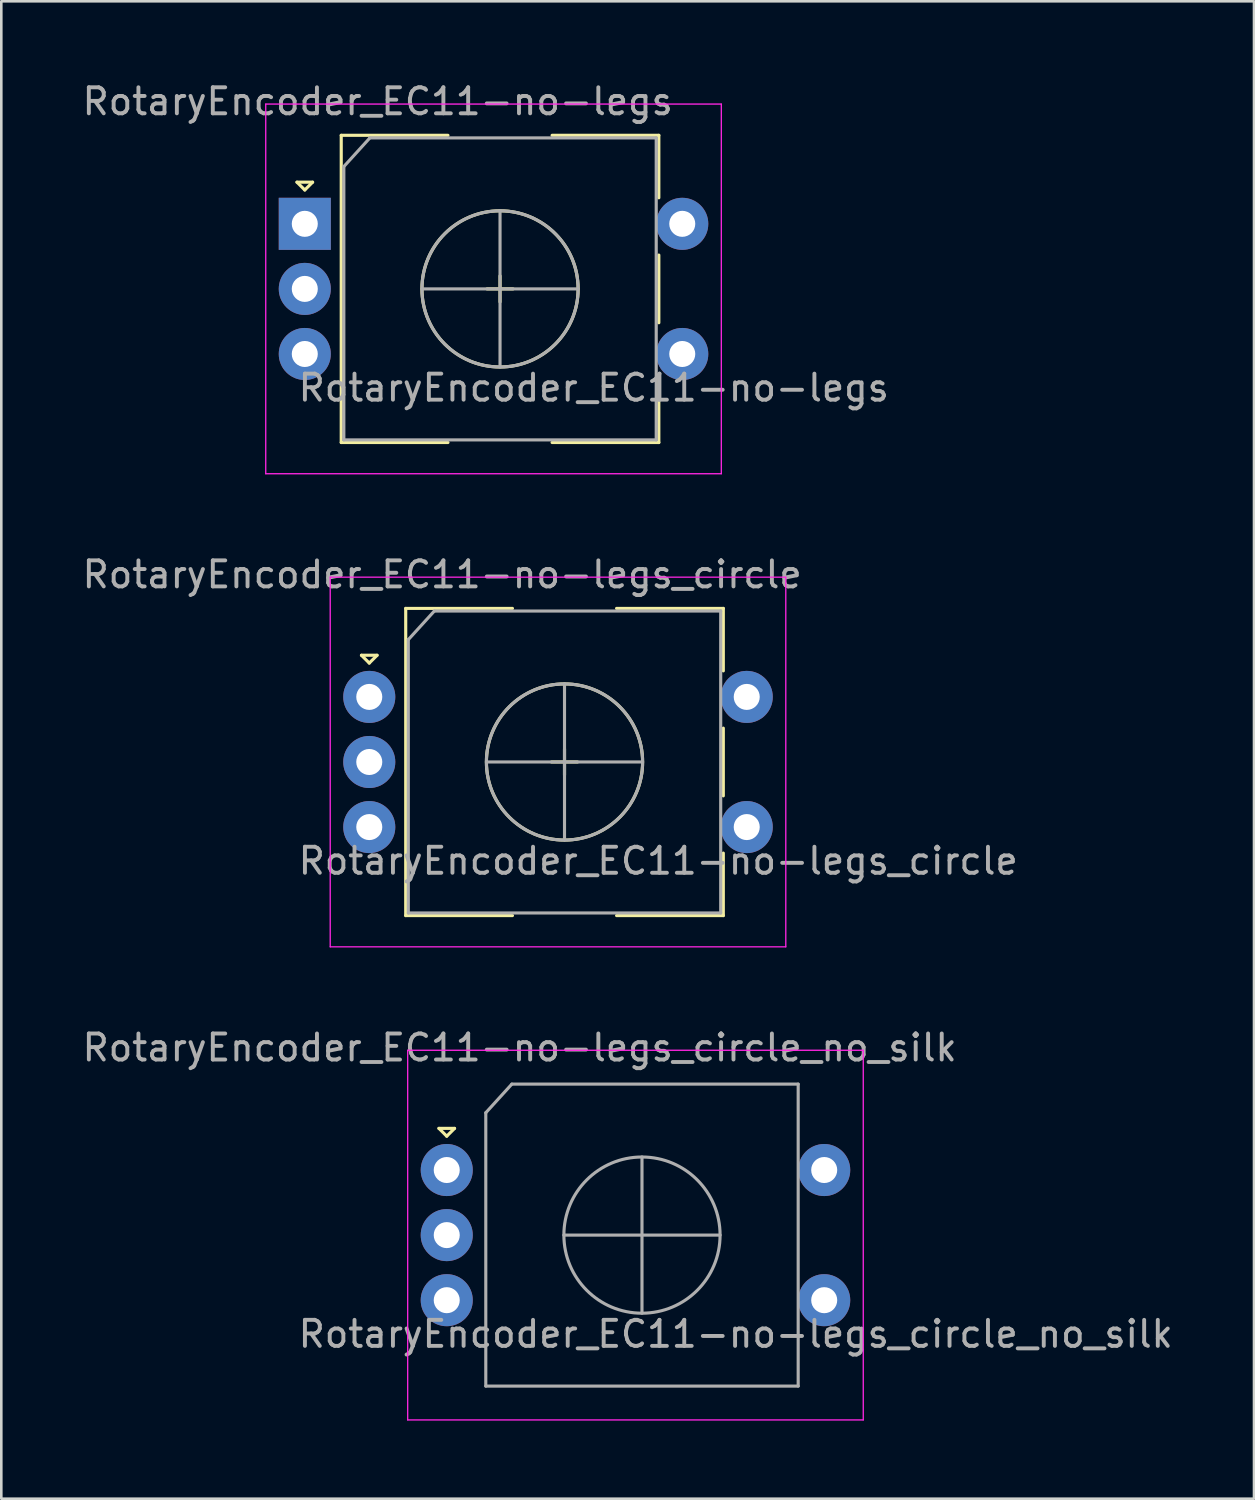
<source format=kicad_pcb>
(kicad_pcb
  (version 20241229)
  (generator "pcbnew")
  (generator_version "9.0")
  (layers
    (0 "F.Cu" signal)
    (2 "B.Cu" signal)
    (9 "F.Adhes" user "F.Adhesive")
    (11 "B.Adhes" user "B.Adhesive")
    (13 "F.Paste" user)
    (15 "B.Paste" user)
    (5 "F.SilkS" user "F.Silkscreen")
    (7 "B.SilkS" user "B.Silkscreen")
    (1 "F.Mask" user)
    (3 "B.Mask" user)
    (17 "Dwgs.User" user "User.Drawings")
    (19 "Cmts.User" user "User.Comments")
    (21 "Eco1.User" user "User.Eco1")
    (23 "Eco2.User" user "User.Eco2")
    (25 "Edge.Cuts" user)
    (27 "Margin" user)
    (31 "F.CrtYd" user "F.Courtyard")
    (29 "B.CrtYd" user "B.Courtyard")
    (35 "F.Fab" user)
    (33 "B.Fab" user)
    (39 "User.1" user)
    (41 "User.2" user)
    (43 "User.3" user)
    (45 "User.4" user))
  (footprint "RotaryEncoder_EC11-no-legs_circle"
    (layer "F.Cu")
    (at 18.635 26.221)
    (property "Reference" "RotaryEncoder_EC11-no-legs_circle" (at -4.7 -7.2 0) (layer "F.Fab") (effects (font (size 1 1) (thickness 0.15))))
    (attr through_hole)
    (fp_line (start -7.8 -4.1) (end -7.2 -4.1) (stroke (width 0.12) (type solid)) (layer "F.SilkS"))
    (fp_line (start -7.5 -3.8) (end -7.8 -4.1) (stroke (width 0.12) (type solid)) (layer "F.SilkS"))
    (fp_line (start -7.2 -4.1) (end -7.5 -3.8) (stroke (width 0.12) (type solid)) (layer "F.SilkS"))
    (fp_line (start -6.1 -5.9) (end -6.1 5.9) (stroke (width 0.12) (type solid)) (layer "F.SilkS"))
    (fp_line (start -2 -5.9) (end -6.1 -5.9) (stroke (width 0.12) (type solid)) (layer "F.SilkS"))
    (fp_line (start -2 5.9) (end -6.1 5.9) (stroke (width 0.12) (type solid)) (layer "F.SilkS"))
    (fp_line (start -0.5 0) (end 0.5 0) (stroke (width 0.12) (type solid)) (layer "F.SilkS"))
    (fp_line (start 0 -0.5) (end 0 0.5) (stroke (width 0.12) (type solid)) (layer "F.SilkS"))
    (fp_line (start 2 -5.9) (end 6.1 -5.9) (stroke (width 0.12) (type solid)) (layer "F.SilkS"))
    (fp_line (start 6.1 -5.9) (end 6.1 -3.5) (stroke (width 0.12) (type solid)) (layer "F.SilkS"))
    (fp_line (start 6.1 -1.3) (end 6.1 1.3) (stroke (width 0.12) (type solid)) (layer "F.SilkS"))
    (fp_line (start 6.1 3.5) (end 6.1 5.9) (stroke (width 0.12) (type solid)) (layer "F.SilkS"))
    (fp_line (start 6.1 5.9) (end 2 5.9) (stroke (width 0.12) (type solid)) (layer "F.SilkS"))
    (fp_circle (center 0 0) (end 3 0) (stroke (width 0.12) (type solid)) (fill no) (layer "F.SilkS"))
    (fp_line (start -9 -7.1) (end -9 7.1) (stroke (width 0.05) (type solid)) (layer "F.CrtYd"))
    (fp_line (start -9 -7.1) (end 8.5 -7.1) (stroke (width 0.05) (type solid)) (layer "F.CrtYd"))
    (fp_line (start 8.5 7.1) (end -9 7.1) (stroke (width 0.05) (type solid)) (layer "F.CrtYd"))
    (fp_line (start 8.5 7.1) (end 8.5 -7.1) (stroke (width 0.05) (type solid)) (layer "F.CrtYd"))
    (fp_line (start -6 -4.7) (end -5 -5.8) (stroke (width 0.12) (type solid)) (layer "F.Fab"))
    (fp_line (start -6 5.8) (end -6 -4.7) (stroke (width 0.12) (type solid)) (layer "F.Fab"))
    (fp_line (start -5 -5.8) (end 6 -5.8) (stroke (width 0.12) (type solid)) (layer "F.Fab"))
    (fp_line (start -3 0) (end 3 0) (stroke (width 0.12) (type solid)) (layer "F.Fab"))
    (fp_line (start 0 -3) (end 0 3) (stroke (width 0.12) (type solid)) (layer "F.Fab"))
    (fp_line (start 6 -5.8) (end 6 5.8) (stroke (width 0.12) (type solid)) (layer "F.Fab"))
    (fp_line (start 6 5.8) (end -6 5.8) (stroke (width 0.12) (type solid)) (layer "F.Fab"))
    (fp_circle (center 0 0) (end 3 0) (stroke (width 0.12) (type solid)) (fill no) (layer "F.Fab"))
    (fp_text user "${REFERENCE}" (at 3.6 3.8 0) (layer "F.Fab") (effects (font (size 1 1) (thickness 0.15))))
    (pad "A" thru_hole circle (at -7.5 -2.5) (size 2 2) (drill 1) (layers "*.Cu" "*.Mask"))
    (pad "B" thru_hole circle (at -7.5 2.5) (size 2 2) (drill 1) (layers "*.Cu" "*.Mask"))
    (pad "C" thru_hole circle (at -7.5 0) (size 2 2) (drill 1) (layers "*.Cu" "*.Mask"))
    (pad "S1" thru_hole circle (at 7 2.5) (size 2 2) (drill 1) (layers "*.Cu" "*.Mask"))
    (pad "S2" thru_hole circle (at 7 -2.5) (size 2 2) (drill 1) (layers "*.Cu" "*.Mask")))
  (footprint "RotaryEncoder_EC11-no-legs_circle_no_silk"
    (layer "F.Cu")
    (at 21.611 44.395)
    (property "Reference" "RotaryEncoder_EC11-no-legs_circle_no_silk" (at -4.7 -7.2 0) (layer "F.Fab") (effects (font (size 1 1) (thickness 0.15))))
    (attr through_hole)
    (fp_line (start -7.8 -4.1) (end -7.2 -4.1) (stroke (width 0.12) (type solid)) (layer "F.SilkS"))
    (fp_line (start -7.5 -3.8) (end -7.8 -4.1) (stroke (width 0.12) (type solid)) (layer "F.SilkS"))
    (fp_line (start -7.2 -4.1) (end -7.5 -3.8) (stroke (width 0.12) (type solid)) (layer "F.SilkS"))
    (fp_line (start -9 -7.1) (end -9 7.1) (stroke (width 0.05) (type solid)) (layer "F.CrtYd"))
    (fp_line (start -9 -7.1) (end 8.5 -7.1) (stroke (width 0.05) (type solid)) (layer "F.CrtYd"))
    (fp_line (start 8.5 7.1) (end -9 7.1) (stroke (width 0.05) (type solid)) (layer "F.CrtYd"))
    (fp_line (start 8.5 7.1) (end 8.5 -7.1) (stroke (width 0.05) (type solid)) (layer "F.CrtYd"))
    (fp_line (start -6 -4.7) (end -5 -5.8) (stroke (width 0.12) (type solid)) (layer "F.Fab"))
    (fp_line (start -6 5.8) (end -6 -4.7) (stroke (width 0.12) (type solid)) (layer "F.Fab"))
    (fp_line (start -5 -5.8) (end 6 -5.8) (stroke (width 0.12) (type solid)) (layer "F.Fab"))
    (fp_line (start -3 0) (end 3 0) (stroke (width 0.12) (type solid)) (layer "F.Fab"))
    (fp_line (start 0 -3) (end 0 3) (stroke (width 0.12) (type solid)) (layer "F.Fab"))
    (fp_line (start 6 -5.8) (end 6 5.8) (stroke (width 0.12) (type solid)) (layer "F.Fab"))
    (fp_line (start 6 5.8) (end -6 5.8) (stroke (width 0.12) (type solid)) (layer "F.Fab"))
    (fp_circle (center 0 0) (end 3 0) (stroke (width 0.12) (type solid)) (fill no) (layer "F.Fab"))
    (fp_text user "${REFERENCE}" (at 3.6 3.8 0) (layer "F.Fab") (effects (font (size 1 1) (thickness 0.15))))
    (pad "A" thru_hole circle (at -7.5 -2.5) (size 2 2) (drill 1) (layers "*.Cu" "*.Mask"))
    (pad "B" thru_hole circle (at -7.5 2.5) (size 2 2) (drill 1) (layers "*.Cu" "*.Mask"))
    (pad "C" thru_hole circle (at -7.5 0) (size 2 2) (drill 1) (layers "*.Cu" "*.Mask"))
    (pad "S1" thru_hole circle (at 7 2.5) (size 2 2) (drill 1) (layers "*.Cu" "*.Mask"))
    (pad "S2" thru_hole circle (at 7 -2.5) (size 2 2) (drill 1) (layers "*.Cu" "*.Mask")))
  (footprint "RotaryEncoder_EC11-no-legs"
    (layer "F.Cu")
    (at 16.158 8.048)
    (property "Reference" "RotaryEncoder_EC11-no-legs" (at -4.7 -7.2 0) (layer "F.Fab") (effects (font (size 1 1) (thickness 0.15))))
    (attr through_hole)
    (fp_line (start -7.8 -4.1) (end -7.2 -4.1) (stroke (width 0.12) (type solid)) (layer "F.SilkS"))
    (fp_line (start -7.5 -3.8) (end -7.8 -4.1) (stroke (width 0.12) (type solid)) (layer "F.SilkS"))
    (fp_line (start -7.2 -4.1) (end -7.5 -3.8) (stroke (width 0.12) (type solid)) (layer "F.SilkS"))
    (fp_line (start -6.1 -5.9) (end -6.1 5.9) (stroke (width 0.12) (type solid)) (layer "F.SilkS"))
    (fp_line (start -2 -5.9) (end -6.1 -5.9) (stroke (width 0.12) (type solid)) (layer "F.SilkS"))
    (fp_line (start -2 5.9) (end -6.1 5.9) (stroke (width 0.12) (type solid)) (layer "F.SilkS"))
    (fp_line (start -0.5 0) (end 0.5 0) (stroke (width 0.12) (type solid)) (layer "F.SilkS"))
    (fp_line (start 0 -0.5) (end 0 0.5) (stroke (width 0.12) (type solid)) (layer "F.SilkS"))
    (fp_line (start 2 -5.9) (end 6.1 -5.9) (stroke (width 0.12) (type solid)) (layer "F.SilkS"))
    (fp_line (start 6.1 -5.9) (end 6.1 -3.5) (stroke (width 0.12) (type solid)) (layer "F.SilkS"))
    (fp_line (start 6.1 -1.3) (end 6.1 1.3) (stroke (width 0.12) (type solid)) (layer "F.SilkS"))
    (fp_line (start 6.1 3.5) (end 6.1 5.9) (stroke (width 0.12) (type solid)) (layer "F.SilkS"))
    (fp_line (start 6.1 5.9) (end 2 5.9) (stroke (width 0.12) (type solid)) (layer "F.SilkS"))
    (fp_circle (center 0 0) (end 3 0) (stroke (width 0.12) (type solid)) (fill no) (layer "F.SilkS"))
    (fp_line (start -9 -7.1) (end -9 7.1) (stroke (width 0.05) (type solid)) (layer "F.CrtYd"))
    (fp_line (start -9 -7.1) (end 8.5 -7.1) (stroke (width 0.05) (type solid)) (layer "F.CrtYd"))
    (fp_line (start 8.5 7.1) (end -9 7.1) (stroke (width 0.05) (type solid)) (layer "F.CrtYd"))
    (fp_line (start 8.5 7.1) (end 8.5 -7.1) (stroke (width 0.05) (type solid)) (layer "F.CrtYd"))
    (fp_line (start -6 -4.7) (end -5 -5.8) (stroke (width 0.12) (type solid)) (layer "F.Fab"))
    (fp_line (start -6 5.8) (end -6 -4.7) (stroke (width 0.12) (type solid)) (layer "F.Fab"))
    (fp_line (start -5 -5.8) (end 6 -5.8) (stroke (width 0.12) (type solid)) (layer "F.Fab"))
    (fp_line (start -3 0) (end 3 0) (stroke (width 0.12) (type solid)) (layer "F.Fab"))
    (fp_line (start 0 -3) (end 0 3) (stroke (width 0.12) (type solid)) (layer "F.Fab"))
    (fp_line (start 6 -5.8) (end 6 5.8) (stroke (width 0.12) (type solid)) (layer "F.Fab"))
    (fp_line (start 6 5.8) (end -6 5.8) (stroke (width 0.12) (type solid)) (layer "F.Fab"))
    (fp_circle (center 0 0) (end 3 0) (stroke (width 0.12) (type solid)) (fill no) (layer "F.Fab"))
    (fp_text user "${REFERENCE}" (at 3.6 3.8 0) (layer "F.Fab") (effects (font (size 1 1) (thickness 0.15))))
    (pad "A" thru_hole rect (at -7.5 -2.5) (size 2 2) (drill 1) (layers "*.Cu" "*.Mask"))
    (pad "B" thru_hole circle (at -7.5 2.5) (size 2 2) (drill 1) (layers "*.Cu" "*.Mask"))
    (pad "C" thru_hole circle (at -7.5 0) (size 2 2) (drill 1) (layers "*.Cu" "*.Mask"))
    (pad "S1" thru_hole circle (at 7 2.5) (size 2 2) (drill 1) (layers "*.Cu" "*.Mask"))
    (pad "S2" thru_hole circle (at 7 -2.5) (size 2 2) (drill 1) (layers "*.Cu" "*.Mask")))
  (gr_rect
    (start -3 -3)
    (end 45.121 54.52)
    (stroke (width 0.1) (type default))
    (fill no)
    (layer "Edge.Cuts")))
</source>
